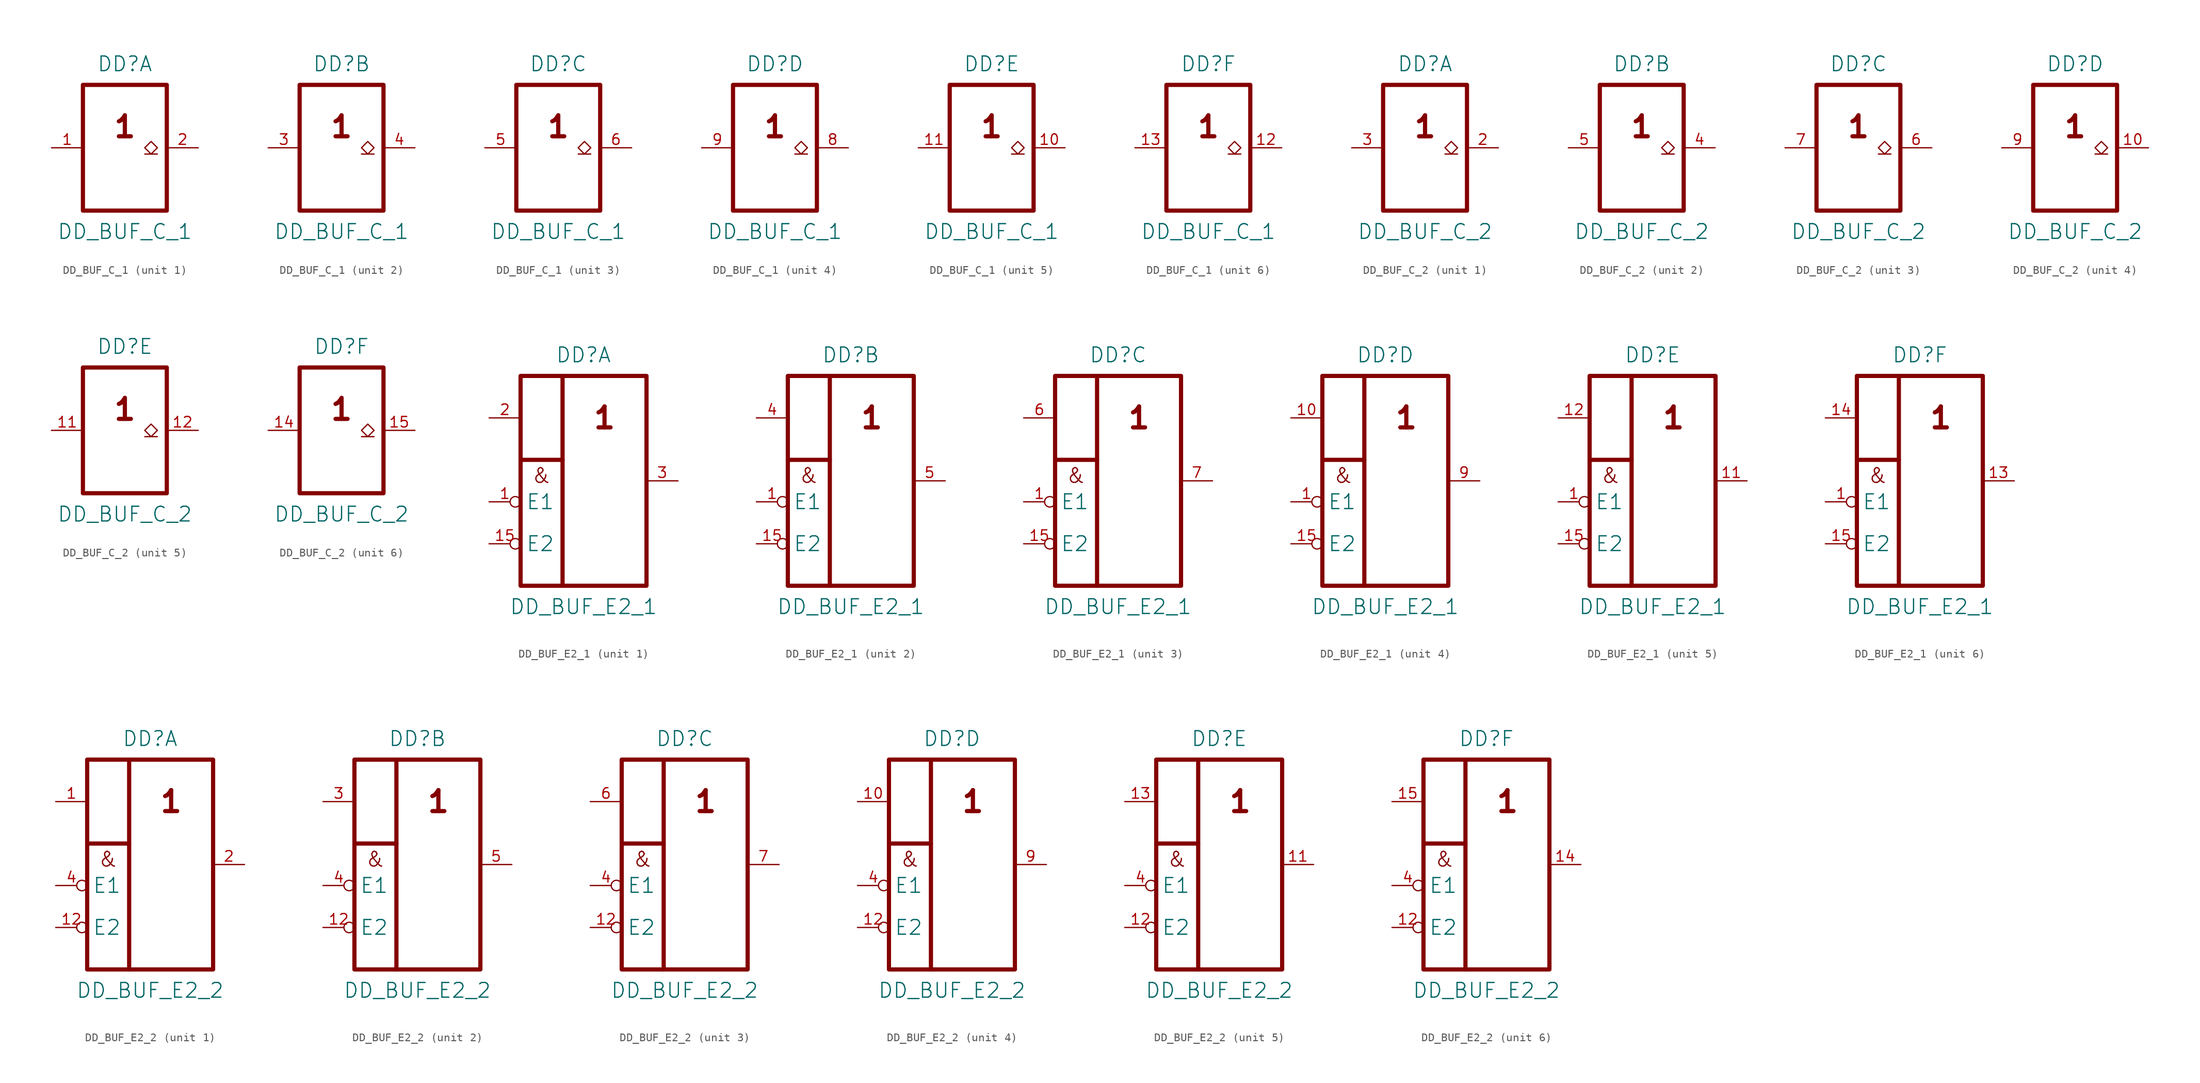
<source format=kicad_sym>
(kicad_symbol_lib
  (version 20211014)
  (generator kicad_symbol_editor)
  (symbol "DD_BUF_C_1"
    (pin_names
      (offset 1.27))
    (property "Reference" "DD"
      (at 0 10.16 0)
      (effects (font (size 1.778 1.778))))
    (property "Value" "DD_BUF_C_1"
      (at 0 -10.16 0)
      (effects (font (size 1.778 1.778))))
    (symbol "DD_BUF_C_1_0_0"
      (polyline (pts (xy 2.413 -0.762) (xy 3.175 -0.762) (xy 2.413 0) (xy 3.175 0.762) (xy 3.937 0) (xy 3.175 -0.762) (xy 3.937 -0.762)) (stroke (width 0) (type default) (color 0 0 0 0)) (fill (type none)))
      (text "1" (at 0 2.54 0) (effects (font (size 2.54 2.54) bold))))
    (symbol "DD_BUF_C_1_0_1"
      (rectangle (start -5.08 7.62) (end 5.08 -7.62) (stroke (width 0.508) (type default) (color 0 0 0 0)) (fill (type none)))
      (pin power_in non_logic (at 8.89 5.08 180) (length 3.81) hide (name "VCC" (effects (font (size 1.27 1.27)))) (number "14" (effects (font (size 1.27 1.27)))))
      (pin power_in non_logic (at 8.89 -5.08 180) (length 3.81) hide (name "GND" (effects (font (size 1.27 1.27)))) (number "7" (effects (font (size 1.27 1.27))))))
    (symbol "DD_BUF_C_1_1_1"
      (pin input line (at -8.89 0 0) (length 3.81) (name "~" (effects (font (size 1.778 1.778)))) (number "1" (effects (font (size 1.27 1.27)))))
      (pin output line (at 8.89 0 180) (length 3.81) (name "~" (effects (font (size 1.778 1.778)))) (number "2" (effects (font (size 1.27 1.27))))))
    (symbol "DD_BUF_C_1_2_1"
      (pin input line (at -8.89 0 0) (length 3.81) (name "~" (effects (font (size 1.778 1.778)))) (number "3" (effects (font (size 1.27 1.27)))))
      (pin output line (at 8.89 0 180) (length 3.81) (name "~" (effects (font (size 1.778 1.778)))) (number "4" (effects (font (size 1.27 1.27))))))
    (symbol "DD_BUF_C_1_3_1"
      (pin input line (at -8.89 0 0) (length 3.81) (name "~" (effects (font (size 1.778 1.778)))) (number "5" (effects (font (size 1.27 1.27)))))
      (pin output line (at 8.89 0 180) (length 3.81) (name "~" (effects (font (size 1.778 1.778)))) (number "6" (effects (font (size 1.27 1.27))))))
    (symbol "DD_BUF_C_1_4_1"
      (pin output line (at 8.89 0 180) (length 3.81) (name "~" (effects (font (size 1.778 1.778)))) (number "8" (effects (font (size 1.27 1.27)))))
      (pin input line (at -8.89 0 0) (length 3.81) (name "~" (effects (font (size 1.778 1.778)))) (number "9" (effects (font (size 1.27 1.27))))))
    (symbol "DD_BUF_C_1_5_1"
      (pin output line (at 8.89 0 180) (length 3.81) (name "~" (effects (font (size 1.778 1.778)))) (number "10" (effects (font (size 1.27 1.27)))))
      (pin input line (at -8.89 0 0) (length 3.81) (name "~" (effects (font (size 1.778 1.778)))) (number "11" (effects (font (size 1.27 1.27))))))
    (symbol "DD_BUF_C_1_6_1"
      (pin output line (at 8.89 0 180) (length 3.81) (name "~" (effects (font (size 1.778 1.778)))) (number "12" (effects (font (size 1.27 1.27)))))
      (pin input line (at -8.89 0 0) (length 3.81) (name "~" (effects (font (size 1.778 1.778)))) (number "13" (effects (font (size 1.27 1.27)))))))
  (symbol "DD_BUF_C_2"
    (pin_names
      (offset 1.27))
    (property "Reference" "DD"
      (at 0 10.16 0)
      (effects (font (size 1.778 1.778))))
    (property "Value" "DD_BUF_C_2"
      (at 0 -10.16 0)
      (effects (font (size 1.778 1.778))))
    (symbol "DD_BUF_C_2_0_0"
      (text "1" (at 0 2.54 0) (effects (font (size 2.54 2.54) bold))))
    (symbol "DD_BUF_C_2_0_1"
      (rectangle (start -5.08 7.62) (end 5.08 -7.62) (stroke (width 0.508) (type default) (color 0 0 0 0)) (fill (type none)))
      (polyline (pts (xy 2.413 -0.762) (xy 3.175 -0.762) (xy 2.413 0) (xy 3.175 0.762) (xy 3.937 0) (xy 3.175 -0.762) (xy 3.937 -0.762)) (stroke (width 0) (type default) (color 0 0 0 0)) (fill (type none)))
      (pin power_in non_logic (at 8.89 5.08 180) (length 3.81) hide (name "VCC" (effects (font (size 1.27 1.27)))) (number "16" (effects (font (size 1.27 1.27)))))
      (pin power_in non_logic (at 8.89 -5.08 180) (length 3.81) hide (name "GND" (effects (font (size 1.27 1.27)))) (number "8" (effects (font (size 1.27 1.27))))))
    (symbol "DD_BUF_C_2_1_1"
      (pin output line (at 8.89 0 180) (length 3.81) (name "~" (effects (font (size 1.778 1.778)))) (number "2" (effects (font (size 1.27 1.27)))))
      (pin input line (at -8.89 0 0) (length 3.81) (name "~" (effects (font (size 1.778 1.778)))) (number "3" (effects (font (size 1.27 1.27))))))
    (symbol "DD_BUF_C_2_2_1"
      (pin output line (at 8.89 0 180) (length 3.81) (name "~" (effects (font (size 1.778 1.778)))) (number "4" (effects (font (size 1.27 1.27)))))
      (pin input line (at -8.89 0 0) (length 3.81) (name "~" (effects (font (size 1.778 1.778)))) (number "5" (effects (font (size 1.27 1.27))))))
    (symbol "DD_BUF_C_2_3_1"
      (pin output line (at 8.89 0 180) (length 3.81) (name "~" (effects (font (size 1.778 1.778)))) (number "6" (effects (font (size 1.27 1.27)))))
      (pin input line (at -8.89 0 0) (length 3.81) (name "~" (effects (font (size 1.778 1.778)))) (number "7" (effects (font (size 1.27 1.27))))))
    (symbol "DD_BUF_C_2_4_1"
      (pin output line (at 8.89 0 180) (length 3.81) (name "~" (effects (font (size 1.778 1.778)))) (number "10" (effects (font (size 1.27 1.27)))))
      (pin input line (at -8.89 0 0) (length 3.81) (name "~" (effects (font (size 1.778 1.778)))) (number "9" (effects (font (size 1.27 1.27))))))
    (symbol "DD_BUF_C_2_5_1"
      (pin input line (at -8.89 0 0) (length 3.81) (name "~" (effects (font (size 1.778 1.778)))) (number "11" (effects (font (size 1.27 1.27)))))
      (pin output line (at 8.89 0 180) (length 3.81) (name "~" (effects (font (size 1.778 1.778)))) (number "12" (effects (font (size 1.27 1.27))))))
    (symbol "DD_BUF_C_2_6_1"
      (pin input line (at -8.89 0 0) (length 3.81) (name "~" (effects (font (size 1.778 1.778)))) (number "14" (effects (font (size 1.27 1.27)))))
      (pin output line (at 8.89 0 180) (length 3.81) (name "~" (effects (font (size 1.778 1.778)))) (number "15" (effects (font (size 1.27 1.27)))))))
  (symbol "DD_BUF_E2_1"
    (pin_names
      (offset 0.635))
    (property "Reference" "DD"
      (at 0 15.24 0)
      (effects (font (size 1.778 1.778))))
    (property "Value" "DD_BUF_E2_1"
      (at 0 -15.24 0)
      (effects (font (size 1.778 1.778))))
    (symbol "DD_BUF_E2_1_0_0"
      (text "&" (at -5.08 0.635 0) (effects (font (size 1.778 1.778))))
      (text "1" (at 2.54 7.62 0) (effects (font (size 2.54 2.54) bold))))
    (symbol "DD_BUF_E2_1_0_1"
      (rectangle (start -7.62 12.7) (end 7.62 -12.7) (stroke (width 0.508) (type default) (color 0 0 0 0)) (fill (type none)))
      (polyline (pts (xy -7.62 2.54) (xy -2.54 2.54)) (stroke (width 0.508) (type default) (color 0 0 0 0)) (fill (type none)))
      (polyline (pts (xy -2.54 12.7) (xy -2.54 -12.7)) (stroke (width 0.508) (type default) (color 0 0 0 0)) (fill (type none)))
      (pin input inverted (at -11.43 -2.54 0) (length 3.81) (name "E1" (effects (font (size 1.778 1.778)))) (number "1" (effects (font (size 1.27 1.27)))))
      (pin input inverted (at -11.43 -7.62 0) (length 3.81) (name "E2" (effects (font (size 1.778 1.778)))) (number "15" (effects (font (size 1.27 1.27)))))
      (pin power_in non_logic (at 11.43 10.16 180) (length 3.81) hide (name "VCC" (effects (font (size 1.27 1.27)))) (number "16" (effects (font (size 1.27 1.27)))))
      (pin power_in non_logic (at 11.43 -10.16 180) (length 3.81) hide (name "GND" (effects (font (size 1.27 1.27)))) (number "8" (effects (font (size 1.27 1.27))))))
    (symbol "DD_BUF_E2_1_1_1"
      (pin input line (at -11.43 7.62 0) (length 3.81) (name "~" (effects (font (size 1.778 1.778)))) (number "2" (effects (font (size 1.27 1.27)))))
      (pin output line (at 11.43 0 180) (length 3.81) (name "~" (effects (font (size 1.778 1.778)))) (number "3" (effects (font (size 1.27 1.27))))))
    (symbol "DD_BUF_E2_1_2_1"
      (pin input line (at -11.43 7.62 0) (length 3.81) (name "~" (effects (font (size 1.778 1.778)))) (number "4" (effects (font (size 1.27 1.27)))))
      (pin output line (at 11.43 0 180) (length 3.81) (name "~" (effects (font (size 1.778 1.778)))) (number "5" (effects (font (size 1.27 1.27))))))
    (symbol "DD_BUF_E2_1_3_1"
      (pin input line (at -11.43 7.62 0) (length 3.81) (name "~" (effects (font (size 1.778 1.778)))) (number "6" (effects (font (size 1.27 1.27)))))
      (pin output line (at 11.43 0 180) (length 3.81) (name "~" (effects (font (size 1.778 1.778)))) (number "7" (effects (font (size 1.27 1.27))))))
    (symbol "DD_BUF_E2_1_4_1"
      (pin input line (at -11.43 7.62 0) (length 3.81) (name "~" (effects (font (size 1.778 1.778)))) (number "10" (effects (font (size 1.27 1.27)))))
      (pin output line (at 11.43 0 180) (length 3.81) (name "~" (effects (font (size 1.778 1.778)))) (number "9" (effects (font (size 1.27 1.27))))))
    (symbol "DD_BUF_E2_1_5_1"
      (pin output line (at 11.43 0 180) (length 3.81) (name "~" (effects (font (size 1.778 1.778)))) (number "11" (effects (font (size 1.27 1.27)))))
      (pin input line (at -11.43 7.62 0) (length 3.81) (name "~" (effects (font (size 1.778 1.778)))) (number "12" (effects (font (size 1.27 1.27))))))
    (symbol "DD_BUF_E2_1_6_1"
      (pin output line (at 11.43 0 180) (length 3.81) (name "~" (effects (font (size 1.778 1.778)))) (number "13" (effects (font (size 1.27 1.27)))))
      (pin input line (at -11.43 7.62 0) (length 3.81) (name "~" (effects (font (size 1.778 1.778)))) (number "14" (effects (font (size 1.27 1.27)))))))
  (symbol "DD_BUF_E2_2"
    (pin_names
      (offset 0.635))
    (property "Reference" "DD"
      (at 0 15.24 0)
      (effects (font (size 1.778 1.778))))
    (property "Value" "DD_BUF_E2_2"
      (at 0 -15.24 0)
      (effects (font (size 1.778 1.778))))
    (symbol "DD_BUF_E2_2_0_0"
      (text "&" (at -5.08 0.635 0) (effects (font (size 1.778 1.778))))
      (text "1" (at 2.54 7.62 0) (effects (font (size 2.54 2.54) bold))))
    (symbol "DD_BUF_E2_2_0_1"
      (rectangle (start -7.62 12.7) (end 7.62 -12.7) (stroke (width 0.508) (type default) (color 0 0 0 0)) (fill (type none)))
      (polyline (pts (xy -7.62 2.54) (xy -2.54 2.54)) (stroke (width 0.508) (type default) (color 0 0 0 0)) (fill (type none)))
      (polyline (pts (xy -2.54 12.7) (xy -2.54 -12.7)) (stroke (width 0.508) (type default) (color 0 0 0 0)) (fill (type none)))
      (pin input inverted (at -11.43 -7.62 0) (length 3.81) (name "E2" (effects (font (size 1.778 1.778)))) (number "12" (effects (font (size 1.27 1.27)))))
      (pin power_in non_logic (at 11.43 10.16 180) (length 3.81) hide (name "VCC" (effects (font (size 1.27 1.27)))) (number "16" (effects (font (size 1.27 1.27)))))
      (pin input inverted (at -11.43 -2.54 0) (length 3.81) (name "E1" (effects (font (size 1.778 1.778)))) (number "4" (effects (font (size 1.27 1.27)))))
      (pin power_in non_logic (at 11.43 -10.16 180) (length 3.81) hide (name "GND" (effects (font (size 1.27 1.27)))) (number "8" (effects (font (size 1.27 1.27))))))
    (symbol "DD_BUF_E2_2_1_1"
      (pin input line (at -11.43 7.62 0) (length 3.81) (name "~" (effects (font (size 1.778 1.778)))) (number "1" (effects (font (size 1.27 1.27)))))
      (pin output line (at 11.43 0 180) (length 3.81) (name "~" (effects (font (size 1.778 1.778)))) (number "2" (effects (font (size 1.27 1.27))))))
    (symbol "DD_BUF_E2_2_2_1"
      (pin input line (at -11.43 7.62 0) (length 3.81) (name "~" (effects (font (size 1.778 1.778)))) (number "3" (effects (font (size 1.27 1.27)))))
      (pin output line (at 11.43 0 180) (length 3.81) (name "~" (effects (font (size 1.778 1.778)))) (number "5" (effects (font (size 1.27 1.27))))))
    (symbol "DD_BUF_E2_2_3_1"
      (pin input line (at -11.43 7.62 0) (length 3.81) (name "~" (effects (font (size 1.778 1.778)))) (number "6" (effects (font (size 1.27 1.27)))))
      (pin output line (at 11.43 0 180) (length 3.81) (name "~" (effects (font (size 1.778 1.778)))) (number "7" (effects (font (size 1.27 1.27))))))
    (symbol "DD_BUF_E2_2_4_1"
      (pin input line (at -11.43 7.62 0) (length 3.81) (name "~" (effects (font (size 1.778 1.778)))) (number "10" (effects (font (size 1.27 1.27)))))
      (pin output line (at 11.43 0 180) (length 3.81) (name "~" (effects (font (size 1.778 1.778)))) (number "9" (effects (font (size 1.27 1.27))))))
    (symbol "DD_BUF_E2_2_5_1"
      (pin output line (at 11.43 0 180) (length 3.81) (name "~" (effects (font (size 1.778 1.778)))) (number "11" (effects (font (size 1.27 1.27)))))
      (pin input line (at -11.43 7.62 0) (length 3.81) (name "~" (effects (font (size 1.778 1.778)))) (number "13" (effects (font (size 1.27 1.27))))))
    (symbol "DD_BUF_E2_2_6_1"
      (pin output line (at 11.43 0 180) (length 3.81) (name "~" (effects (font (size 1.778 1.778)))) (number "14" (effects (font (size 1.27 1.27)))))
      (pin input line (at -11.43 7.62 0) (length 3.81) (name "~" (effects (font (size 1.778 1.778)))) (number "15" (effects (font (size 1.27 1.27))))))))
</source>
